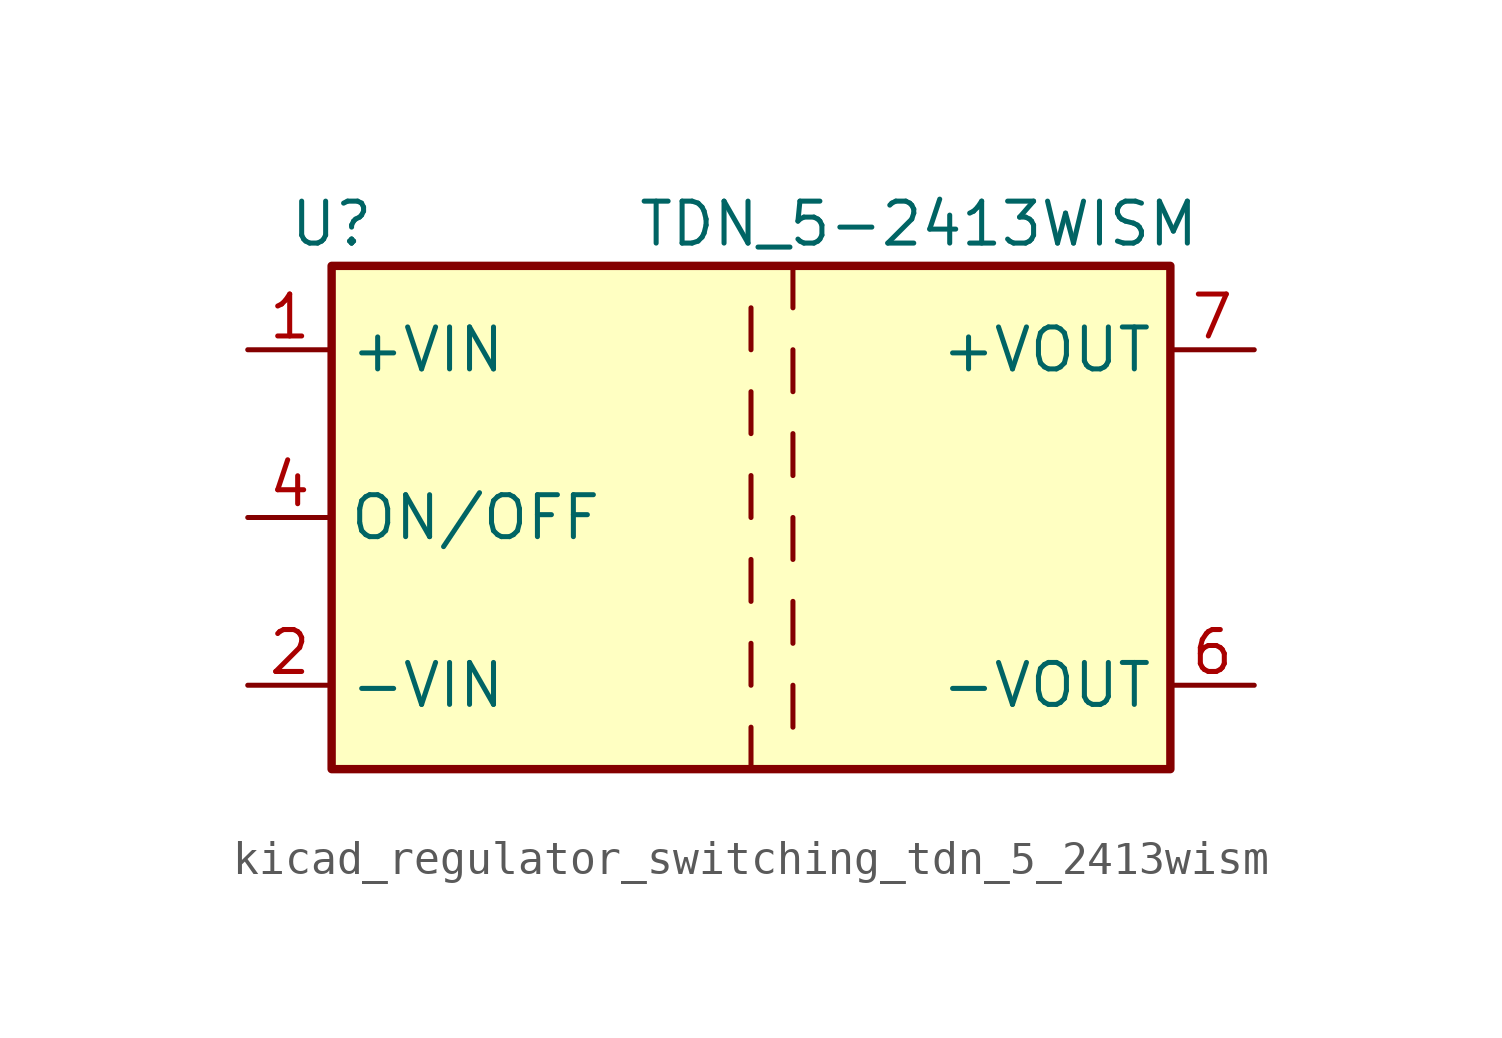
<source format=kicad_sym>
(kicad_symbol_lib
  (version 20220914)
  (generator kicad_symbol_editor)
  (symbol "kicad_regulator_switching_tdn_5_2413wism"
    (property "Reference" "U"
      (at -12.7 8.89 0)
      (effects (font (size 1.27 1.27))))
    (property "Value" "TDN_5-2413WISM"
      (at 5.08 8.89 0)
      (effects (font (size 1.27 1.27))))
    (symbol "kicad_regulator_switching_tdn_5_2413wism_0_1"
      (rectangle (start -12.7 7.62) (end 12.7 -7.62) (stroke (width 0.254) (type default)) (fill (type background))))
    (symbol "kicad_regulator_switching_tdn_5_2413wism_1_1"
      (polyline (pts (xy 0 -6.35) (xy 0 -7.62)) (stroke (width 0) (type default)) (fill (type none)))
      (polyline (pts (xy 0 -3.81) (xy 0 -5.08)) (stroke (width 0) (type default)) (fill (type none)))
      (polyline (pts (xy 0 -1.27) (xy 0 -2.54)) (stroke (width 0) (type default)) (fill (type none)))
      (polyline (pts (xy 0 1.27) (xy 0 0)) (stroke (width 0) (type default)) (fill (type none)))
      (polyline (pts (xy 0 3.81) (xy 0 2.54)) (stroke (width 0) (type default)) (fill (type none)))
      (polyline (pts (xy 0 6.35) (xy 0 5.08)) (stroke (width 0) (type default)) (fill (type none)))
      (polyline (pts (xy 1.27 -5.08) (xy 1.27 -6.35)) (stroke (width 0) (type default)) (fill (type none)))
      (polyline (pts (xy 1.27 -2.54) (xy 1.27 -3.81)) (stroke (width 0) (type default)) (fill (type none)))
      (polyline (pts (xy 1.27 0) (xy 1.27 -1.27)) (stroke (width 0) (type default)) (fill (type none)))
      (polyline (pts (xy 1.27 2.54) (xy 1.27 1.27)) (stroke (width 0) (type default)) (fill (type none)))
      (polyline (pts (xy 1.27 5.08) (xy 1.27 3.81)) (stroke (width 0) (type default)) (fill (type none)))
      (polyline (pts (xy 1.27 7.62) (xy 1.27 6.35)) (stroke (width 0) (type default)) (fill (type none)))
      (pin power_in line (at -15.24 5.08 0) (length 2.54) (name "+VIN" (effects (font (size 1.27 1.27)))) (number "1" (effects (font (size 1.27 1.27)))))
      (pin power_in line (at -15.24 -5.08 0) (length 2.54) (name "-VIN" (effects (font (size 1.27 1.27)))) (number "2" (effects (font (size 1.27 1.27)))))
      (pin input line (at -15.24 0 0) (length 2.54) (name "ON/OFF" (effects (font (size 1.27 1.27)))) (number "4" (effects (font (size 1.27 1.27)))))
      (pin no_connect line (at 12.7 2.54 180) (length 2.54) hide (name "NC" (effects (font (size 1.27 1.27)))) (number "5" (effects (font (size 1.27 1.27)))))
      (pin power_out line (at 15.24 -5.08 180) (length 2.54) (name "-VOUT" (effects (font (size 1.27 1.27)))) (number "6" (effects (font (size 1.27 1.27)))))
      (pin power_out line (at 15.24 5.08 180) (length 2.54) (name "+VOUT" (effects (font (size 1.27 1.27)))) (number "7" (effects (font (size 1.27 1.27))))))))
</source>
